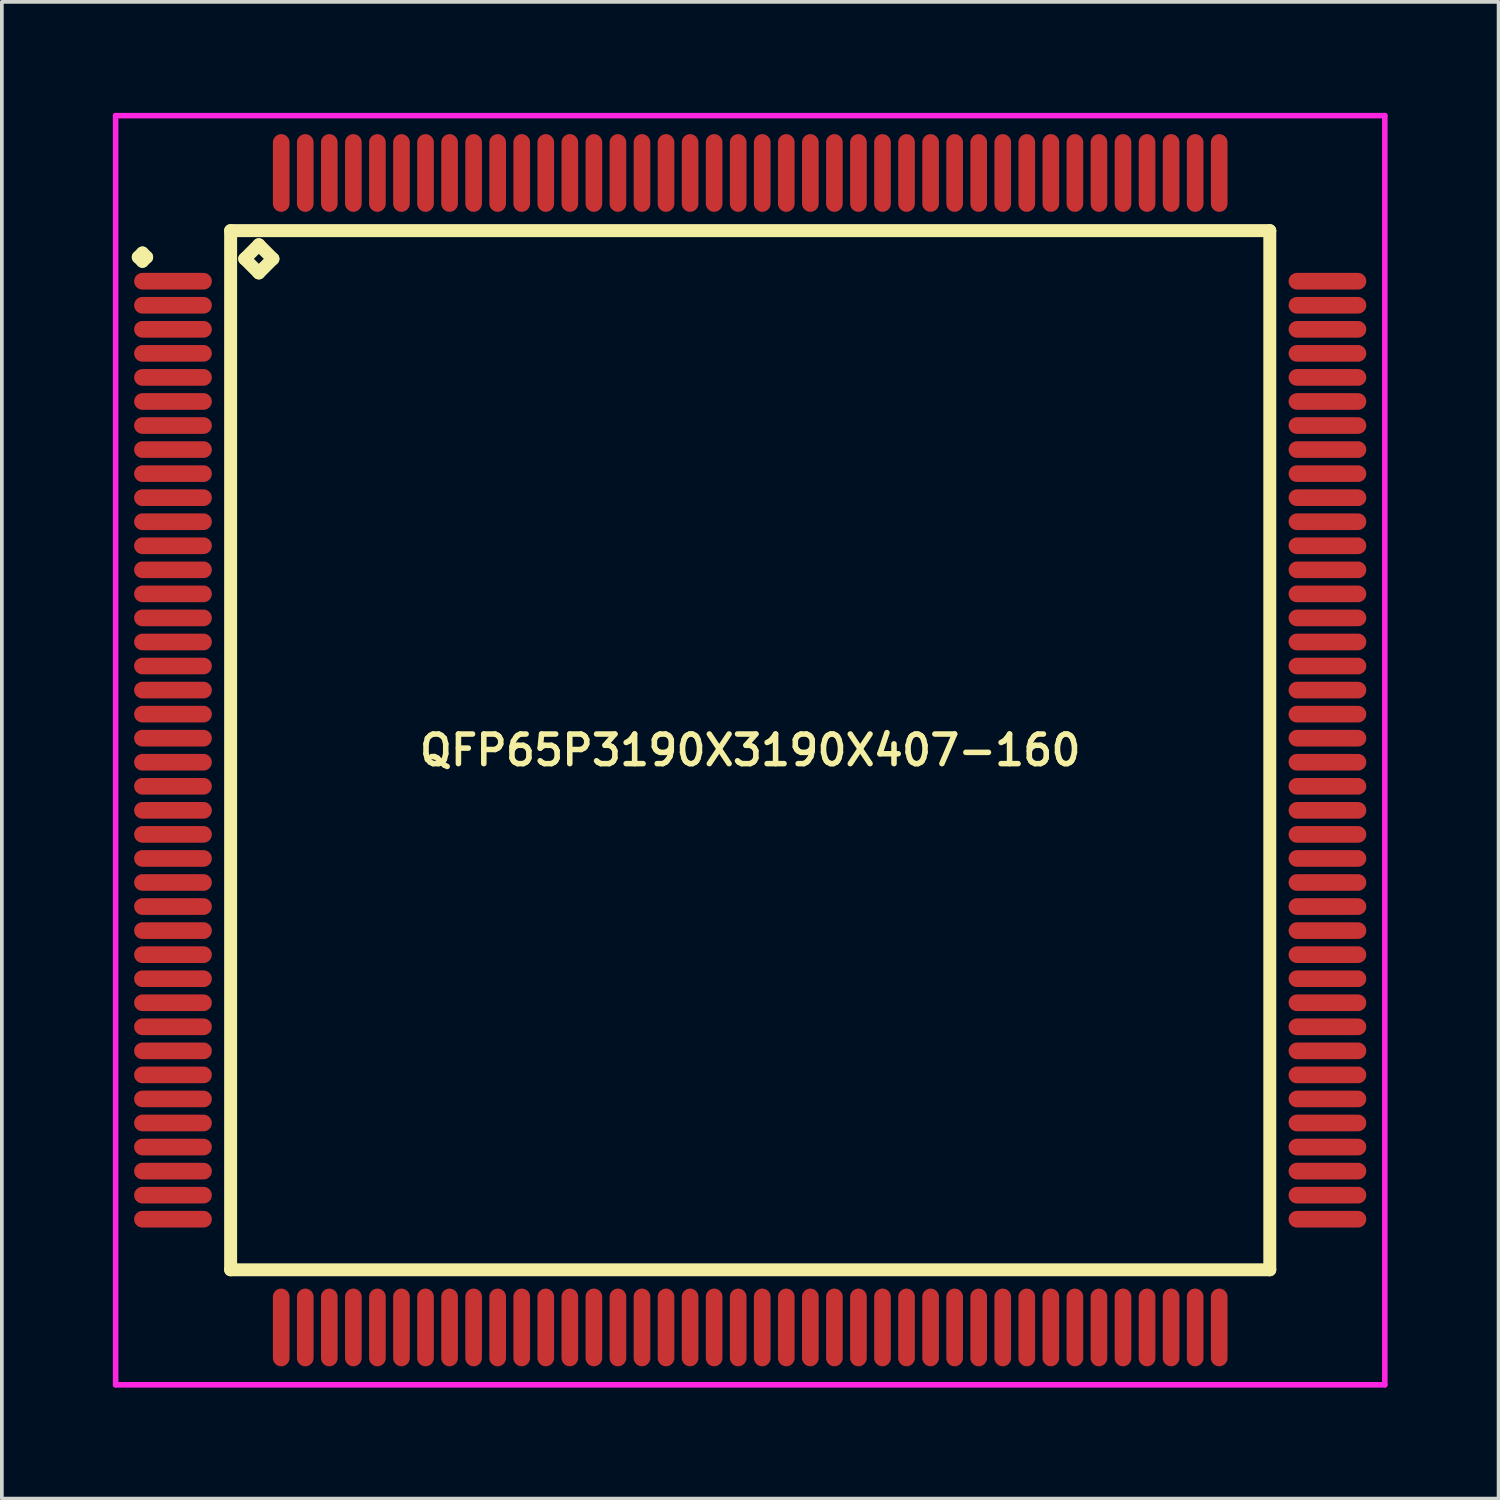
<source format=kicad_pcb>
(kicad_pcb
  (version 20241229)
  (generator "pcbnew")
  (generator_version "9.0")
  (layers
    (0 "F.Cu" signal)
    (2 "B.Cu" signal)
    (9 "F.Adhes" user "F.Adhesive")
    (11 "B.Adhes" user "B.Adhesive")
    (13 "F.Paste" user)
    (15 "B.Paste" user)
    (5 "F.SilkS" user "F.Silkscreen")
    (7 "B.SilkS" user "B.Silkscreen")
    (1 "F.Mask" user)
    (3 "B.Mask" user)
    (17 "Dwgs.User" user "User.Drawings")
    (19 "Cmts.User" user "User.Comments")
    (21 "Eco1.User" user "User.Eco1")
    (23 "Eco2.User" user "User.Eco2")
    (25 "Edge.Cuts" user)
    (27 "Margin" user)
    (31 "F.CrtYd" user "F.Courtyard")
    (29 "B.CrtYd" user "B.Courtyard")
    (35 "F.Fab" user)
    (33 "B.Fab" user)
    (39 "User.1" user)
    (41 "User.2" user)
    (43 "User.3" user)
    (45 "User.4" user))
  (footprint "QFP65P3190X3190X407-160"
    (layer "F.Cu")
    (at 17.225 17.225)
    (property "Reference" "QFP65P3190X3190X407-160" (at 0 0 0) (layer "F.SilkS") (effects (font (size 0.8 0.8) (thickness 0.15))))
    (attr smd)
    (fp_line (start -16.538 -13.325) (end -16.425 -13.438) (stroke (width 0.35) (type solid)) (layer "F.SilkS"))
    (fp_line (start -16.425 -13.438) (end -16.312 -13.325) (stroke (width 0.35) (type solid)) (layer "F.SilkS"))
    (fp_line (start -16.425 -13.213) (end -16.538 -13.325) (stroke (width 0.35) (type solid)) (layer "F.SilkS"))
    (fp_line (start -16.312 -13.325) (end -16.425 -13.213) (stroke (width 0.35) (type solid)) (layer "F.SilkS"))
    (fp_line (start -14.042 -14.042) (end -14.042 14.042) (stroke (width 0.35) (type solid)) (layer "F.SilkS"))
    (fp_line (start -14.042 14.042) (end 14.042 14.042) (stroke (width 0.35) (type solid)) (layer "F.SilkS"))
    (fp_line (start -13.661 -13.28) (end -13.28 -13.661) (stroke (width 0.35) (type solid)) (layer "F.SilkS"))
    (fp_line (start -13.28 -13.661) (end -12.899 -13.28) (stroke (width 0.35) (type solid)) (layer "F.SilkS"))
    (fp_line (start -13.28 -12.899) (end -13.661 -13.28) (stroke (width 0.35) (type solid)) (layer "F.SilkS"))
    (fp_line (start -12.899 -13.28) (end -13.28 -12.899) (stroke (width 0.35) (type solid)) (layer "F.SilkS"))
    (fp_line (start 14.042 -14.042) (end -14.042 -14.042) (stroke (width 0.35) (type solid)) (layer "F.SilkS"))
    (fp_line (start 14.042 14.042) (end 14.042 -14.042) (stroke (width 0.35) (type solid)) (layer "F.SilkS"))
    (fp_line (start -17.15 -17.15) (end 17.15 -17.15) (stroke (width 0.15) (type solid)) (layer "F.CrtYd"))
    (fp_line (start -17.15 17.15) (end -17.15 -17.15) (stroke (width 0.15) (type solid)) (layer "F.CrtYd"))
    (fp_line (start 17.15 -17.15) (end 17.15 17.15) (stroke (width 0.15) (type solid)) (layer "F.CrtYd"))
    (fp_line (start 17.15 17.15) (end -17.15 17.15) (stroke (width 0.15) (type solid)) (layer "F.CrtYd"))
    (pad "1" smd oval (at -15.6 -12.675) (size 2.1 0.45) (layers "F.Cu" "F.Mask" "F.Paste"))
    (pad "2" smd oval (at -15.6 -12.025) (size 2.1 0.45) (layers "F.Cu" "F.Mask" "F.Paste"))
    (pad "3" smd oval (at -15.6 -11.375) (size 2.1 0.45) (layers "F.Cu" "F.Mask" "F.Paste"))
    (pad "4" smd oval (at -15.6 -10.725) (size 2.1 0.45) (layers "F.Cu" "F.Mask" "F.Paste"))
    (pad "5" smd oval (at -15.6 -10.075) (size 2.1 0.45) (layers "F.Cu" "F.Mask" "F.Paste"))
    (pad "6" smd oval (at -15.6 -9.425) (size 2.1 0.45) (layers "F.Cu" "F.Mask" "F.Paste"))
    (pad "7" smd oval (at -15.6 -8.775) (size 2.1 0.45) (layers "F.Cu" "F.Mask" "F.Paste"))
    (pad "8" smd oval (at -15.6 -8.125) (size 2.1 0.45) (layers "F.Cu" "F.Mask" "F.Paste"))
    (pad "9" smd oval (at -15.6 -7.475) (size 2.1 0.45) (layers "F.Cu" "F.Mask" "F.Paste"))
    (pad "10" smd oval (at -15.6 -6.825) (size 2.1 0.45) (layers "F.Cu" "F.Mask" "F.Paste"))
    (pad "11" smd oval (at -15.6 -6.175) (size 2.1 0.45) (layers "F.Cu" "F.Mask" "F.Paste"))
    (pad "12" smd oval (at -15.6 -5.525) (size 2.1 0.45) (layers "F.Cu" "F.Mask" "F.Paste"))
    (pad "13" smd oval (at -15.6 -4.875) (size 2.1 0.45) (layers "F.Cu" "F.Mask" "F.Paste"))
    (pad "14" smd oval (at -15.6 -4.225) (size 2.1 0.45) (layers "F.Cu" "F.Mask" "F.Paste"))
    (pad "15" smd oval (at -15.6 -3.575) (size 2.1 0.45) (layers "F.Cu" "F.Mask" "F.Paste"))
    (pad "16" smd oval (at -15.6 -2.925) (size 2.1 0.45) (layers "F.Cu" "F.Mask" "F.Paste"))
    (pad "17" smd oval (at -15.6 -2.275) (size 2.1 0.45) (layers "F.Cu" "F.Mask" "F.Paste"))
    (pad "18" smd oval (at -15.6 -1.625) (size 2.1 0.45) (layers "F.Cu" "F.Mask" "F.Paste"))
    (pad "19" smd oval (at -15.6 -0.975) (size 2.1 0.45) (layers "F.Cu" "F.Mask" "F.Paste"))
    (pad "20" smd oval (at -15.6 -0.325) (size 2.1 0.45) (layers "F.Cu" "F.Mask" "F.Paste"))
    (pad "21" smd oval (at -15.6 0.325) (size 2.1 0.45) (layers "F.Cu" "F.Mask" "F.Paste"))
    (pad "22" smd oval (at -15.6 0.975) (size 2.1 0.45) (layers "F.Cu" "F.Mask" "F.Paste"))
    (pad "23" smd oval (at -15.6 1.625) (size 2.1 0.45) (layers "F.Cu" "F.Mask" "F.Paste"))
    (pad "24" smd oval (at -15.6 2.275) (size 2.1 0.45) (layers "F.Cu" "F.Mask" "F.Paste"))
    (pad "25" smd oval (at -15.6 2.925) (size 2.1 0.45) (layers "F.Cu" "F.Mask" "F.Paste"))
    (pad "26" smd oval (at -15.6 3.575) (size 2.1 0.45) (layers "F.Cu" "F.Mask" "F.Paste"))
    (pad "27" smd oval (at -15.6 4.225) (size 2.1 0.45) (layers "F.Cu" "F.Mask" "F.Paste"))
    (pad "28" smd oval (at -15.6 4.875) (size 2.1 0.45) (layers "F.Cu" "F.Mask" "F.Paste"))
    (pad "29" smd oval (at -15.6 5.525) (size 2.1 0.45) (layers "F.Cu" "F.Mask" "F.Paste"))
    (pad "30" smd oval (at -15.6 6.175) (size 2.1 0.45) (layers "F.Cu" "F.Mask" "F.Paste"))
    (pad "31" smd oval (at -15.6 6.825) (size 2.1 0.45) (layers "F.Cu" "F.Mask" "F.Paste"))
    (pad "32" smd oval (at -15.6 7.475) (size 2.1 0.45) (layers "F.Cu" "F.Mask" "F.Paste"))
    (pad "33" smd oval (at -15.6 8.125) (size 2.1 0.45) (layers "F.Cu" "F.Mask" "F.Paste"))
    (pad "34" smd oval (at -15.6 8.775) (size 2.1 0.45) (layers "F.Cu" "F.Mask" "F.Paste"))
    (pad "35" smd oval (at -15.6 9.425) (size 2.1 0.45) (layers "F.Cu" "F.Mask" "F.Paste"))
    (pad "36" smd oval (at -15.6 10.075) (size 2.1 0.45) (layers "F.Cu" "F.Mask" "F.Paste"))
    (pad "37" smd oval (at -15.6 10.725) (size 2.1 0.45) (layers "F.Cu" "F.Mask" "F.Paste"))
    (pad "38" smd oval (at -15.6 11.375) (size 2.1 0.45) (layers "F.Cu" "F.Mask" "F.Paste"))
    (pad "39" smd oval (at -15.6 12.025) (size 2.1 0.45) (layers "F.Cu" "F.Mask" "F.Paste"))
    (pad "40" smd oval (at -15.6 12.675) (size 2.1 0.45) (layers "F.Cu" "F.Mask" "F.Paste"))
    (pad "41" smd oval (at -12.675 15.6) (size 0.45 2.1) (layers "F.Cu" "F.Mask" "F.Paste"))
    (pad "42" smd oval (at -12.025 15.6) (size 0.45 2.1) (layers "F.Cu" "F.Mask" "F.Paste"))
    (pad "43" smd oval (at -11.375 15.6) (size 0.45 2.1) (layers "F.Cu" "F.Mask" "F.Paste"))
    (pad "44" smd oval (at -10.725 15.6) (size 0.45 2.1) (layers "F.Cu" "F.Mask" "F.Paste"))
    (pad "45" smd oval (at -10.075 15.6) (size 0.45 2.1) (layers "F.Cu" "F.Mask" "F.Paste"))
    (pad "46" smd oval (at -9.425 15.6) (size 0.45 2.1) (layers "F.Cu" "F.Mask" "F.Paste"))
    (pad "47" smd oval (at -8.775 15.6) (size 0.45 2.1) (layers "F.Cu" "F.Mask" "F.Paste"))
    (pad "48" smd oval (at -8.125 15.6) (size 0.45 2.1) (layers "F.Cu" "F.Mask" "F.Paste"))
    (pad "49" smd oval (at -7.475 15.6) (size 0.45 2.1) (layers "F.Cu" "F.Mask" "F.Paste"))
    (pad "50" smd oval (at -6.825 15.6) (size 0.45 2.1) (layers "F.Cu" "F.Mask" "F.Paste"))
    (pad "51" smd oval (at -6.175 15.6) (size 0.45 2.1) (layers "F.Cu" "F.Mask" "F.Paste"))
    (pad "52" smd oval (at -5.525 15.6) (size 0.45 2.1) (layers "F.Cu" "F.Mask" "F.Paste"))
    (pad "53" smd oval (at -4.875 15.6) (size 0.45 2.1) (layers "F.Cu" "F.Mask" "F.Paste"))
    (pad "54" smd oval (at -4.225 15.6) (size 0.45 2.1) (layers "F.Cu" "F.Mask" "F.Paste"))
    (pad "55" smd oval (at -3.575 15.6) (size 0.45 2.1) (layers "F.Cu" "F.Mask" "F.Paste"))
    (pad "56" smd oval (at -2.925 15.6) (size 0.45 2.1) (layers "F.Cu" "F.Mask" "F.Paste"))
    (pad "57" smd oval (at -2.275 15.6) (size 0.45 2.1) (layers "F.Cu" "F.Mask" "F.Paste"))
    (pad "58" smd oval (at -1.625 15.6) (size 0.45 2.1) (layers "F.Cu" "F.Mask" "F.Paste"))
    (pad "59" smd oval (at -0.975 15.6) (size 0.45 2.1) (layers "F.Cu" "F.Mask" "F.Paste"))
    (pad "60" smd oval (at -0.325 15.6) (size 0.45 2.1) (layers "F.Cu" "F.Mask" "F.Paste"))
    (pad "61" smd oval (at 0.325 15.6) (size 0.45 2.1) (layers "F.Cu" "F.Mask" "F.Paste"))
    (pad "62" smd oval (at 0.975 15.6) (size 0.45 2.1) (layers "F.Cu" "F.Mask" "F.Paste"))
    (pad "63" smd oval (at 1.625 15.6) (size 0.45 2.1) (layers "F.Cu" "F.Mask" "F.Paste"))
    (pad "64" smd oval (at 2.275 15.6) (size 0.45 2.1) (layers "F.Cu" "F.Mask" "F.Paste"))
    (pad "65" smd oval (at 2.925 15.6) (size 0.45 2.1) (layers "F.Cu" "F.Mask" "F.Paste"))
    (pad "66" smd oval (at 3.575 15.6) (size 0.45 2.1) (layers "F.Cu" "F.Mask" "F.Paste"))
    (pad "67" smd oval (at 4.225 15.6) (size 0.45 2.1) (layers "F.Cu" "F.Mask" "F.Paste"))
    (pad "68" smd oval (at 4.875 15.6) (size 0.45 2.1) (layers "F.Cu" "F.Mask" "F.Paste"))
    (pad "69" smd oval (at 5.525 15.6) (size 0.45 2.1) (layers "F.Cu" "F.Mask" "F.Paste"))
    (pad "70" smd oval (at 6.175 15.6) (size 0.45 2.1) (layers "F.Cu" "F.Mask" "F.Paste"))
    (pad "71" smd oval (at 6.825 15.6) (size 0.45 2.1) (layers "F.Cu" "F.Mask" "F.Paste"))
    (pad "72" smd oval (at 7.475 15.6) (size 0.45 2.1) (layers "F.Cu" "F.Mask" "F.Paste"))
    (pad "73" smd oval (at 8.125 15.6) (size 0.45 2.1) (layers "F.Cu" "F.Mask" "F.Paste"))
    (pad "74" smd oval (at 8.775 15.6) (size 0.45 2.1) (layers "F.Cu" "F.Mask" "F.Paste"))
    (pad "75" smd oval (at 9.425 15.6) (size 0.45 2.1) (layers "F.Cu" "F.Mask" "F.Paste"))
    (pad "76" smd oval (at 10.075 15.6) (size 0.45 2.1) (layers "F.Cu" "F.Mask" "F.Paste"))
    (pad "77" smd oval (at 10.725 15.6) (size 0.45 2.1) (layers "F.Cu" "F.Mask" "F.Paste"))
    (pad "78" smd oval (at 11.375 15.6) (size 0.45 2.1) (layers "F.Cu" "F.Mask" "F.Paste"))
    (pad "79" smd oval (at 12.025 15.6) (size 0.45 2.1) (layers "F.Cu" "F.Mask" "F.Paste"))
    (pad "80" smd oval (at 12.675 15.6) (size 0.45 2.1) (layers "F.Cu" "F.Mask" "F.Paste"))
    (pad "81" smd oval (at 15.6 12.675) (size 2.1 0.45) (layers "F.Cu" "F.Mask" "F.Paste"))
    (pad "82" smd oval (at 15.6 12.025) (size 2.1 0.45) (layers "F.Cu" "F.Mask" "F.Paste"))
    (pad "83" smd oval (at 15.6 11.375) (size 2.1 0.45) (layers "F.Cu" "F.Mask" "F.Paste"))
    (pad "84" smd oval (at 15.6 10.725) (size 2.1 0.45) (layers "F.Cu" "F.Mask" "F.Paste"))
    (pad "85" smd oval (at 15.6 10.075) (size 2.1 0.45) (layers "F.Cu" "F.Mask" "F.Paste"))
    (pad "86" smd oval (at 15.6 9.425) (size 2.1 0.45) (layers "F.Cu" "F.Mask" "F.Paste"))
    (pad "87" smd oval (at 15.6 8.775) (size 2.1 0.45) (layers "F.Cu" "F.Mask" "F.Paste"))
    (pad "88" smd oval (at 15.6 8.125) (size 2.1 0.45) (layers "F.Cu" "F.Mask" "F.Paste"))
    (pad "89" smd oval (at 15.6 7.475) (size 2.1 0.45) (layers "F.Cu" "F.Mask" "F.Paste"))
    (pad "90" smd oval (at 15.6 6.825) (size 2.1 0.45) (layers "F.Cu" "F.Mask" "F.Paste"))
    (pad "91" smd oval (at 15.6 6.175) (size 2.1 0.45) (layers "F.Cu" "F.Mask" "F.Paste"))
    (pad "92" smd oval (at 15.6 5.525) (size 2.1 0.45) (layers "F.Cu" "F.Mask" "F.Paste"))
    (pad "93" smd oval (at 15.6 4.875) (size 2.1 0.45) (layers "F.Cu" "F.Mask" "F.Paste"))
    (pad "94" smd oval (at 15.6 4.225) (size 2.1 0.45) (layers "F.Cu" "F.Mask" "F.Paste"))
    (pad "95" smd oval (at 15.6 3.575) (size 2.1 0.45) (layers "F.Cu" "F.Mask" "F.Paste"))
    (pad "96" smd oval (at 15.6 2.925) (size 2.1 0.45) (layers "F.Cu" "F.Mask" "F.Paste"))
    (pad "97" smd oval (at 15.6 2.275) (size 2.1 0.45) (layers "F.Cu" "F.Mask" "F.Paste"))
    (pad "98" smd oval (at 15.6 1.625) (size 2.1 0.45) (layers "F.Cu" "F.Mask" "F.Paste"))
    (pad "99" smd oval (at 15.6 0.975) (size 2.1 0.45) (layers "F.Cu" "F.Mask" "F.Paste"))
    (pad "100" smd oval (at 15.6 0.325) (size 2.1 0.45) (layers "F.Cu" "F.Mask" "F.Paste"))
    (pad "101" smd oval (at 15.6 -0.325) (size 2.1 0.45) (layers "F.Cu" "F.Mask" "F.Paste"))
    (pad "102" smd oval (at 15.6 -0.975) (size 2.1 0.45) (layers "F.Cu" "F.Mask" "F.Paste"))
    (pad "103" smd oval (at 15.6 -1.625) (size 2.1 0.45) (layers "F.Cu" "F.Mask" "F.Paste"))
    (pad "104" smd oval (at 15.6 -2.275) (size 2.1 0.45) (layers "F.Cu" "F.Mask" "F.Paste"))
    (pad "105" smd oval (at 15.6 -2.925) (size 2.1 0.45) (layers "F.Cu" "F.Mask" "F.Paste"))
    (pad "106" smd oval (at 15.6 -3.575) (size 2.1 0.45) (layers "F.Cu" "F.Mask" "F.Paste"))
    (pad "107" smd oval (at 15.6 -4.225) (size 2.1 0.45) (layers "F.Cu" "F.Mask" "F.Paste"))
    (pad "108" smd oval (at 15.6 -4.875) (size 2.1 0.45) (layers "F.Cu" "F.Mask" "F.Paste"))
    (pad "109" smd oval (at 15.6 -5.525) (size 2.1 0.45) (layers "F.Cu" "F.Mask" "F.Paste"))
    (pad "110" smd oval (at 15.6 -6.175) (size 2.1 0.45) (layers "F.Cu" "F.Mask" "F.Paste"))
    (pad "111" smd oval (at 15.6 -6.825) (size 2.1 0.45) (layers "F.Cu" "F.Mask" "F.Paste"))
    (pad "112" smd oval (at 15.6 -7.475) (size 2.1 0.45) (layers "F.Cu" "F.Mask" "F.Paste"))
    (pad "113" smd oval (at 15.6 -8.125) (size 2.1 0.45) (layers "F.Cu" "F.Mask" "F.Paste"))
    (pad "114" smd oval (at 15.6 -8.775) (size 2.1 0.45) (layers "F.Cu" "F.Mask" "F.Paste"))
    (pad "115" smd oval (at 15.6 -9.425) (size 2.1 0.45) (layers "F.Cu" "F.Mask" "F.Paste"))
    (pad "116" smd oval (at 15.6 -10.075) (size 2.1 0.45) (layers "F.Cu" "F.Mask" "F.Paste"))
    (pad "117" smd oval (at 15.6 -10.725) (size 2.1 0.45) (layers "F.Cu" "F.Mask" "F.Paste"))
    (pad "118" smd oval (at 15.6 -11.375) (size 2.1 0.45) (layers "F.Cu" "F.Mask" "F.Paste"))
    (pad "119" smd oval (at 15.6 -12.025) (size 2.1 0.45) (layers "F.Cu" "F.Mask" "F.Paste"))
    (pad "120" smd oval (at 15.6 -12.675) (size 2.1 0.45) (layers "F.Cu" "F.Mask" "F.Paste"))
    (pad "121" smd oval (at 12.675 -15.6) (size 0.45 2.1) (layers "F.Cu" "F.Mask" "F.Paste"))
    (pad "122" smd oval (at 12.025 -15.6) (size 0.45 2.1) (layers "F.Cu" "F.Mask" "F.Paste"))
    (pad "123" smd oval (at 11.375 -15.6) (size 0.45 2.1) (layers "F.Cu" "F.Mask" "F.Paste"))
    (pad "124" smd oval (at 10.725 -15.6) (size 0.45 2.1) (layers "F.Cu" "F.Mask" "F.Paste"))
    (pad "125" smd oval (at 10.075 -15.6) (size 0.45 2.1) (layers "F.Cu" "F.Mask" "F.Paste"))
    (pad "126" smd oval (at 9.425 -15.6) (size 0.45 2.1) (layers "F.Cu" "F.Mask" "F.Paste"))
    (pad "127" smd oval (at 8.775 -15.6) (size 0.45 2.1) (layers "F.Cu" "F.Mask" "F.Paste"))
    (pad "128" smd oval (at 8.125 -15.6) (size 0.45 2.1) (layers "F.Cu" "F.Mask" "F.Paste"))
    (pad "129" smd oval (at 7.475 -15.6) (size 0.45 2.1) (layers "F.Cu" "F.Mask" "F.Paste"))
    (pad "130" smd oval (at 6.825 -15.6) (size 0.45 2.1) (layers "F.Cu" "F.Mask" "F.Paste"))
    (pad "131" smd oval (at 6.175 -15.6) (size 0.45 2.1) (layers "F.Cu" "F.Mask" "F.Paste"))
    (pad "132" smd oval (at 5.525 -15.6) (size 0.45 2.1) (layers "F.Cu" "F.Mask" "F.Paste"))
    (pad "133" smd oval (at 4.875 -15.6) (size 0.45 2.1) (layers "F.Cu" "F.Mask" "F.Paste"))
    (pad "134" smd oval (at 4.225 -15.6) (size 0.45 2.1) (layers "F.Cu" "F.Mask" "F.Paste"))
    (pad "135" smd oval (at 3.575 -15.6) (size 0.45 2.1) (layers "F.Cu" "F.Mask" "F.Paste"))
    (pad "136" smd oval (at 2.925 -15.6) (size 0.45 2.1) (layers "F.Cu" "F.Mask" "F.Paste"))
    (pad "137" smd oval (at 2.275 -15.6) (size 0.45 2.1) (layers "F.Cu" "F.Mask" "F.Paste"))
    (pad "138" smd oval (at 1.625 -15.6) (size 0.45 2.1) (layers "F.Cu" "F.Mask" "F.Paste"))
    (pad "139" smd oval (at 0.975 -15.6) (size 0.45 2.1) (layers "F.Cu" "F.Mask" "F.Paste"))
    (pad "140" smd oval (at 0.325 -15.6) (size 0.45 2.1) (layers "F.Cu" "F.Mask" "F.Paste"))
    (pad "141" smd oval (at -0.325 -15.6) (size 0.45 2.1) (layers "F.Cu" "F.Mask" "F.Paste"))
    (pad "142" smd oval (at -0.975 -15.6) (size 0.45 2.1) (layers "F.Cu" "F.Mask" "F.Paste"))
    (pad "143" smd oval (at -1.625 -15.6) (size 0.45 2.1) (layers "F.Cu" "F.Mask" "F.Paste"))
    (pad "144" smd oval (at -2.275 -15.6) (size 0.45 2.1) (layers "F.Cu" "F.Mask" "F.Paste"))
    (pad "145" smd oval (at -2.925 -15.6) (size 0.45 2.1) (layers "F.Cu" "F.Mask" "F.Paste"))
    (pad "146" smd oval (at -3.575 -15.6) (size 0.45 2.1) (layers "F.Cu" "F.Mask" "F.Paste"))
    (pad "147" smd oval (at -4.225 -15.6) (size 0.45 2.1) (layers "F.Cu" "F.Mask" "F.Paste"))
    (pad "148" smd oval (at -4.875 -15.6) (size 0.45 2.1) (layers "F.Cu" "F.Mask" "F.Paste"))
    (pad "149" smd oval (at -5.525 -15.6) (size 0.45 2.1) (layers "F.Cu" "F.Mask" "F.Paste"))
    (pad "150" smd oval (at -6.175 -15.6) (size 0.45 2.1) (layers "F.Cu" "F.Mask" "F.Paste"))
    (pad "151" smd oval (at -6.825 -15.6) (size 0.45 2.1) (layers "F.Cu" "F.Mask" "F.Paste"))
    (pad "152" smd oval (at -7.475 -15.6) (size 0.45 2.1) (layers "F.Cu" "F.Mask" "F.Paste"))
    (pad "153" smd oval (at -8.125 -15.6) (size 0.45 2.1) (layers "F.Cu" "F.Mask" "F.Paste"))
    (pad "154" smd oval (at -8.775 -15.6) (size 0.45 2.1) (layers "F.Cu" "F.Mask" "F.Paste"))
    (pad "155" smd oval (at -9.425 -15.6) (size 0.45 2.1) (layers "F.Cu" "F.Mask" "F.Paste"))
    (pad "156" smd oval (at -10.075 -15.6) (size 0.45 2.1) (layers "F.Cu" "F.Mask" "F.Paste"))
    (pad "157" smd oval (at -10.725 -15.6) (size 0.45 2.1) (layers "F.Cu" "F.Mask" "F.Paste"))
    (pad "158" smd oval (at -11.375 -15.6) (size 0.45 2.1) (layers "F.Cu" "F.Mask" "F.Paste"))
    (pad "159" smd oval (at -12.025 -15.6) (size 0.45 2.1) (layers "F.Cu" "F.Mask" "F.Paste"))
    (pad "160" smd oval (at -12.675 -15.6) (size 0.45 2.1) (layers "F.Cu" "F.Mask" "F.Paste")))
  (gr_rect
    (start -3 -3)
    (end 37.45 37.45)
    (stroke (width 0.1) (type default))
    (fill no)
    (layer "Edge.Cuts")))
</source>
